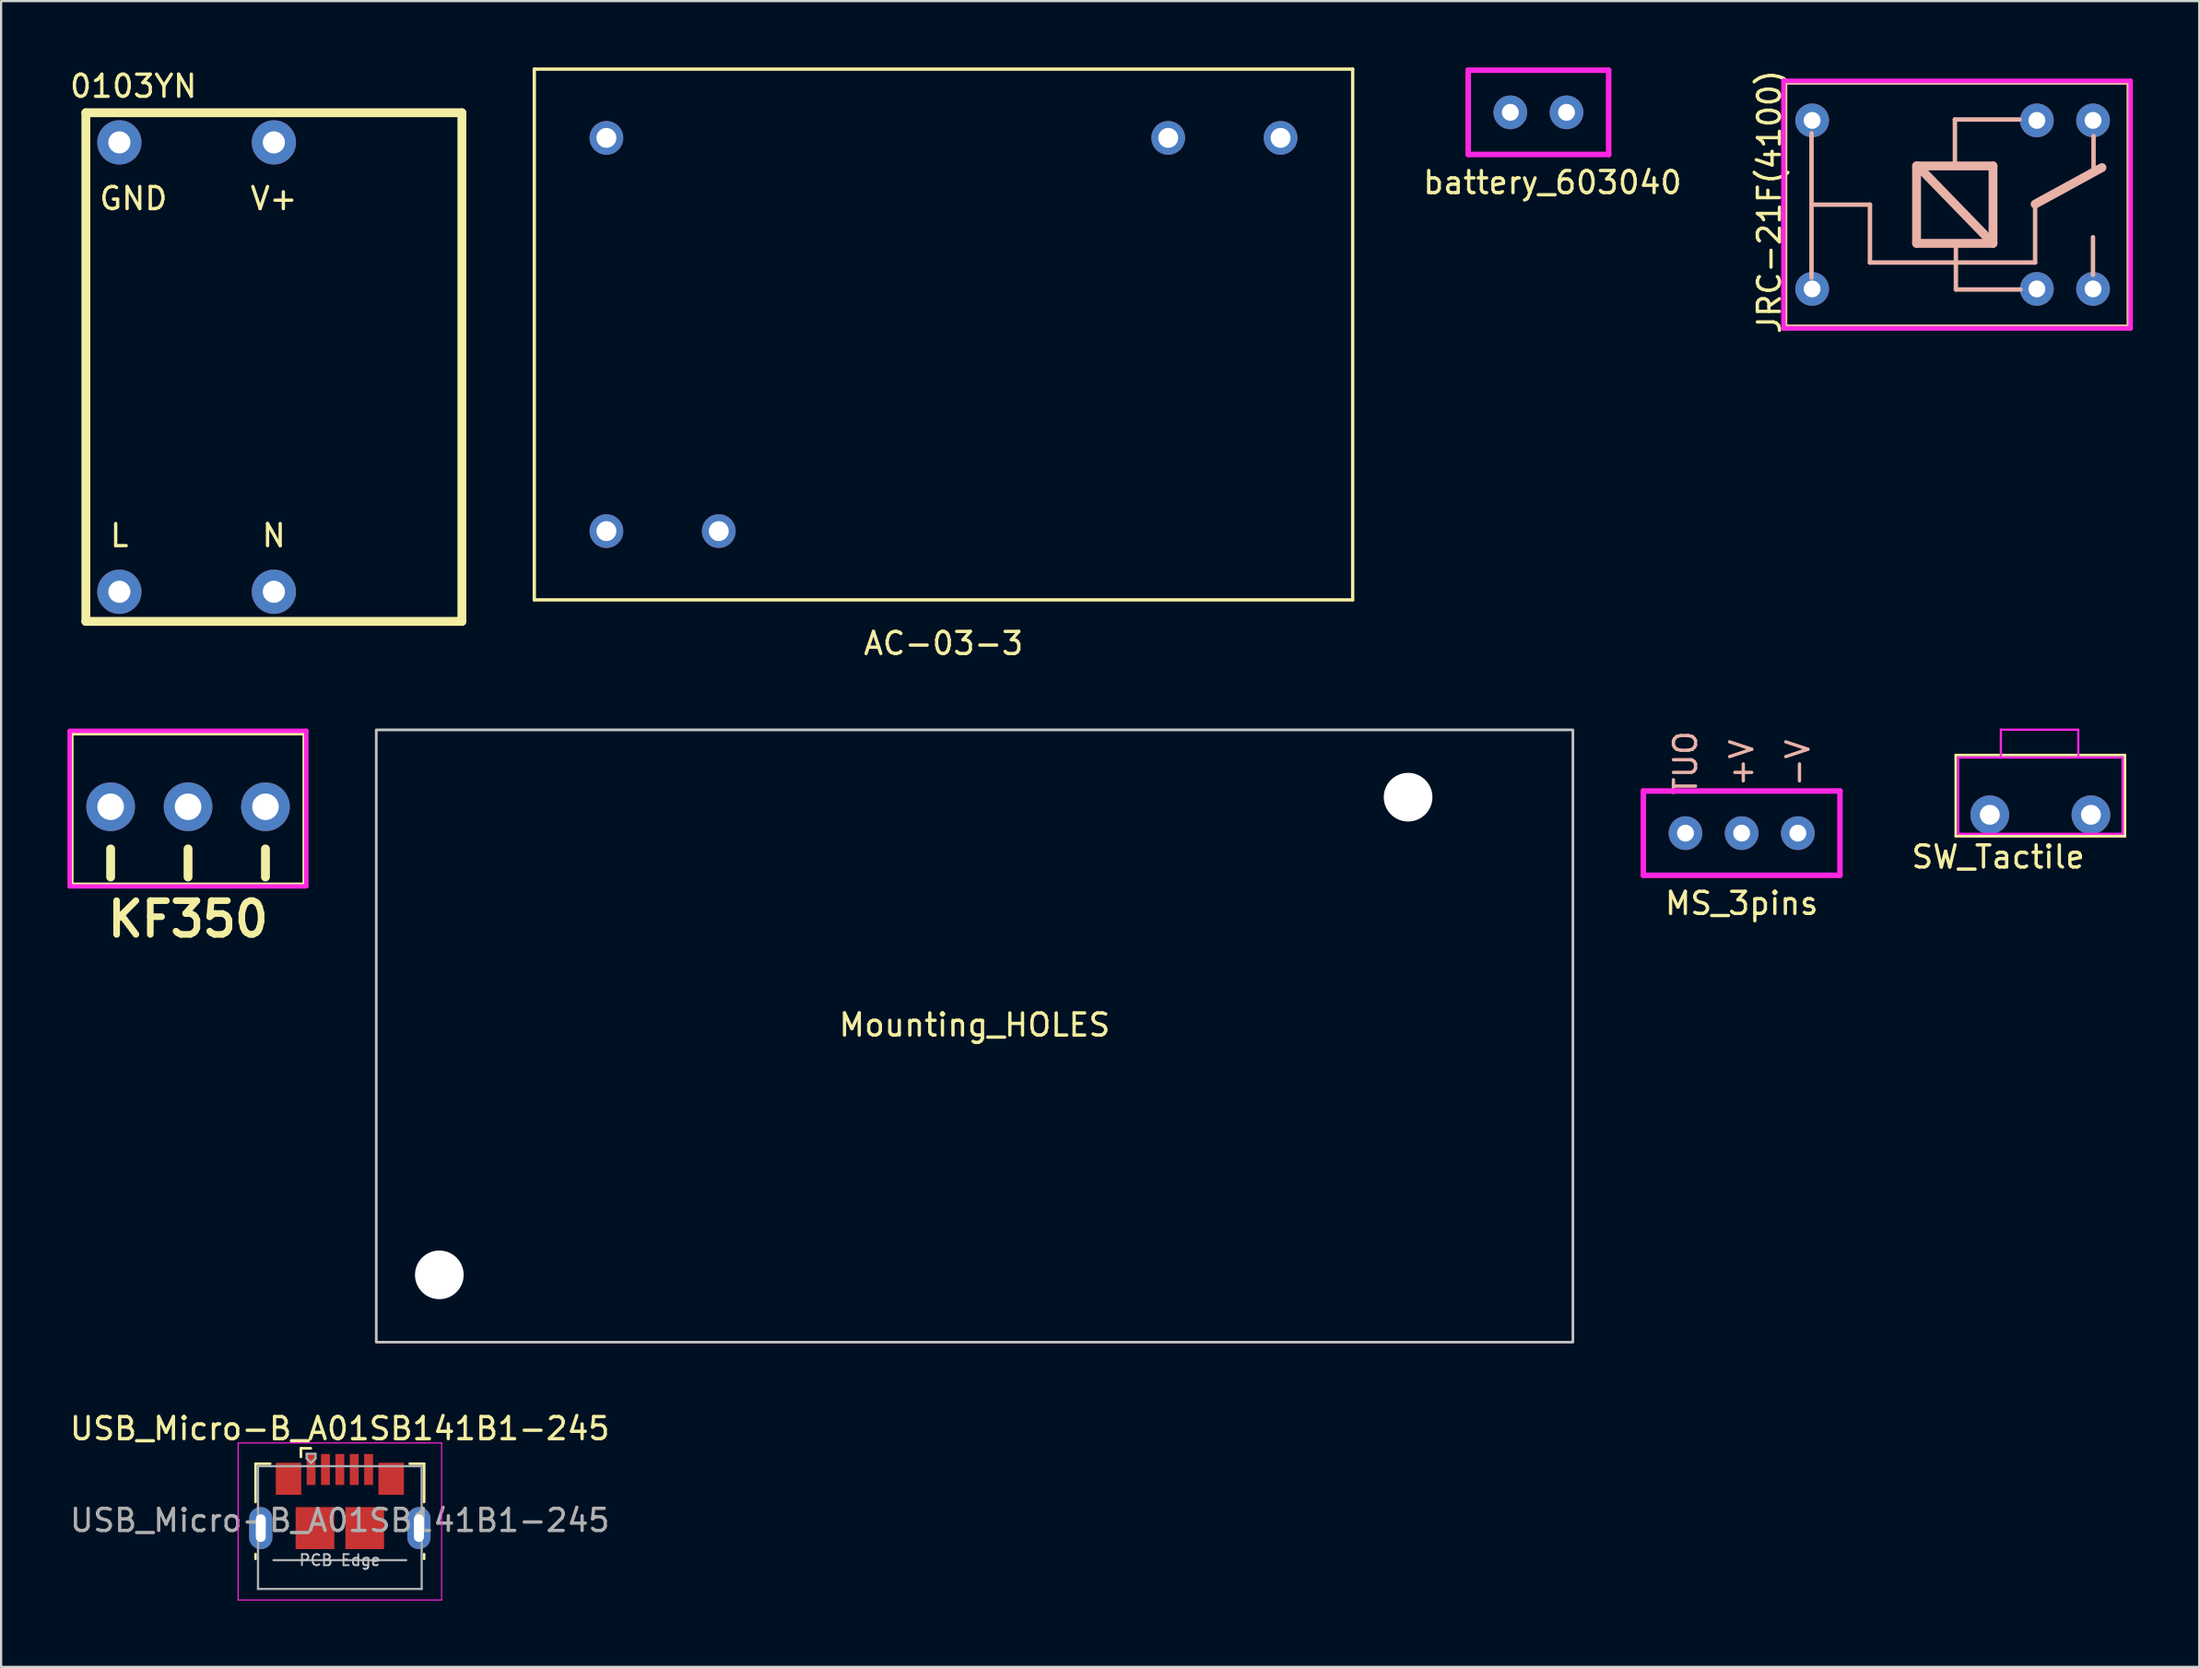
<source format=kicad_pcb>
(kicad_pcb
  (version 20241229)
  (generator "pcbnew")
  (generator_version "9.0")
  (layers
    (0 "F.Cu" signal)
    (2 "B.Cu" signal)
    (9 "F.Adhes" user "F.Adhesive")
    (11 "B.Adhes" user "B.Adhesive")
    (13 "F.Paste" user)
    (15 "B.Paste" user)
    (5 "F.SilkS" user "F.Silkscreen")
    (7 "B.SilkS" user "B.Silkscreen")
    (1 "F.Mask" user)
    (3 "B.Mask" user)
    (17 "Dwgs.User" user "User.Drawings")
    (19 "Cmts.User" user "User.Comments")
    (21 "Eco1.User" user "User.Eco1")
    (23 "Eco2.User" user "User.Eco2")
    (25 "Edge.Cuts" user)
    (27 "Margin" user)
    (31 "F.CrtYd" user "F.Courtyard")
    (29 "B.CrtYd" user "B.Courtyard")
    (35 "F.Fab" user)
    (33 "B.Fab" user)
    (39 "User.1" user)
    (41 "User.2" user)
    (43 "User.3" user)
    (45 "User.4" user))
  (footprint "SW_Tactile"
    (layer "F.Cu")
    (at 89.199 32.904)
    (property "Reference" "SW_Tactile" (at -1.905 2.794 0) (layer "F.SilkS") (effects (font (size 1 1) (thickness 0.15))))
    (attr through_hole)
    (fp_line (start -3.824 -1.811) (end -3.824 1.859) (stroke (width 0.12) (type solid)) (layer "F.SilkS"))
    (fp_line (start -3.824 -1.811) (end 3.824 -1.811) (stroke (width 0.12) (type solid)) (layer "F.SilkS"))
    (fp_line (start -3.824 1.859) (end 3.824 1.859) (stroke (width 0.12) (type solid)) (layer "F.SilkS"))
    (fp_line (start 3.824 -1.811) (end 3.824 1.859) (stroke (width 0.12) (type solid)) (layer "F.SilkS"))
    (fp_line (start -3.714 -1.701) (end 3.714 -1.701) (stroke (width 0.1) (type solid)) (layer "F.CrtYd"))
    (fp_line (start -3.714 1.749) (end -3.714 -1.701) (stroke (width 0.1) (type solid)) (layer "F.CrtYd"))
    (fp_line (start -3.714 1.749) (end 3.714 1.749) (stroke (width 0.1) (type solid)) (layer "F.CrtYd"))
    (fp_line (start -1.786 -2.961) (end -1.786 -1.701) (stroke (width 0.1) (type solid)) (layer "F.CrtYd"))
    (fp_line (start -1.786 -2.961) (end 1.714 -2.961) (stroke (width 0.1) (type solid)) (layer "F.CrtYd"))
    (fp_line (start 1.714 -2.961) (end 1.714 -1.701) (stroke (width 0.1) (type solid)) (layer "F.CrtYd"))
    (fp_line (start 3.714 1.749) (end 3.714 -1.701) (stroke (width 0.1) (type solid)) (layer "F.CrtYd"))
    (pad "1" thru_hole circle (at -2.286 0.889) (size 1.75 1.75) (drill 0.9) (layers "*.Cu" "*.Mask"))
    (pad "2" thru_hole circle (at 2.286 0.889) (size 1.75 1.75) (drill 0.9) (layers "*.Cu" "*.Mask")))
  (footprint "USB_Micro-B_A01SB141B1-245"
    (layer "F.Cu")
    (at 12.315 64.847)
    (property "Reference" "USB_Micro-B_A01SB141B1-245" (at 0 -3.3 0) (layer "F.SilkS") (effects (font (size 1 1) (thickness 0.15))))
    (attr smd)
    (fp_line (start -3.81 -1.71) (end -3.15 -1.71) (stroke (width 0.12) (type solid)) (layer "F.SilkS"))
    (fp_line (start -3.81 0.02) (end -3.81 -1.71) (stroke (width 0.12) (type solid)) (layer "F.SilkS"))
    (fp_line (start -3.81 2.59) (end -3.81 2.38) (stroke (width 0.12) (type solid)) (layer "F.SilkS"))
    (fp_line (start -1.76 -2.41) (end -1.76 -2.02) (stroke (width 0.12) (type solid)) (layer "F.SilkS"))
    (fp_line (start -1.76 -2.41) (end -1.31 -2.41) (stroke (width 0.12) (type solid)) (layer "F.SilkS"))
    (fp_line (start 3.81 -1.71) (end 3.16 -1.71) (stroke (width 0.12) (type solid)) (layer "F.SilkS"))
    (fp_line (start 3.81 0.02) (end 3.81 -1.71) (stroke (width 0.12) (type solid)) (layer "F.SilkS"))
    (fp_line (start 3.81 2.59) (end 3.81 2.38) (stroke (width 0.12) (type solid)) (layer "F.SilkS"))
    (fp_line (start -4.6 -2.65) (end 4.6 -2.65) (stroke (width 0.05) (type solid)) (layer "F.CrtYd"))
    (fp_line (start -4.6 4.45) (end -4.6 -2.65) (stroke (width 0.05) (type solid)) (layer "F.CrtYd"))
    (fp_line (start -4.6 4.45) (end 4.6 4.45) (stroke (width 0.05) (type solid)) (layer "F.CrtYd"))
    (fp_line (start 4.6 -2.65) (end 4.6 4.45) (stroke (width 0.05) (type solid)) (layer "F.CrtYd"))
    (fp_line (start -3.7 -1.6) (end 3.7 -1.6) (stroke (width 0.1) (type solid)) (layer "F.Fab"))
    (fp_line (start -3.7 3.95) (end -3.7 -1.6) (stroke (width 0.1) (type solid)) (layer "F.Fab"))
    (fp_line (start -3.7 3.95) (end 3.7 3.95) (stroke (width 0.1) (type solid)) (layer "F.Fab"))
    (fp_line (start -3 2.65) (end 3 2.65) (stroke (width 0.1) (type solid)) (layer "F.Fab"))
    (fp_line (start -1.5 -2.16) (end -1.5 -1.95) (stroke (width 0.1) (type solid)) (layer "F.Fab"))
    (fp_line (start -1.5 -2.16) (end -1.1 -2.16) (stroke (width 0.1) (type solid)) (layer "F.Fab"))
    (fp_line (start -1.3 -1.75) (end -1.5 -1.95) (stroke (width 0.1) (type solid)) (layer "F.Fab"))
    (fp_line (start -1.1 -2.16) (end -1.1 -1.95) (stroke (width 0.1) (type solid)) (layer "F.Fab"))
    (fp_line (start -1.1 -1.95) (end -1.3 -1.75) (stroke (width 0.1) (type solid)) (layer "F.Fab"))
    (fp_line (start 3.7 3.95) (end 3.7 -1.6) (stroke (width 0.1) (type solid)) (layer "F.Fab"))
    (fp_text user "PCB Edge" (at 0 2.65 0) (layer "Dwgs.User") (effects (font (size 0.5 0.5) (thickness 0.08))))
    (fp_text user "${REFERENCE}" (at 0 0.85 0) (layer "F.Fab") (effects (font (size 1 1) (thickness 0.15))))
    (pad "1" smd rect (at -1.3 -1.45) (size 0.4 1.4) (layers "F.Cu" "F.Mask" "F.Paste"))
    (pad "2" smd rect (at -0.65 -1.45) (size 0.4 1.4) (layers "F.Cu" "F.Mask" "F.Paste"))
    (pad "3" smd rect (at 0 -1.45) (size 0.4 1.4) (layers "F.Cu" "F.Mask" "F.Paste"))
    (pad "4" smd rect (at 0.65 -1.45) (size 0.4 1.4) (layers "F.Cu" "F.Mask" "F.Paste"))
    (pad "5" smd rect (at 1.3 -1.45) (size 0.4 1.4) (layers "F.Cu" "F.Mask" "F.Paste"))
    (pad "6" thru_hole oval (at -3.575 1.2 180) (size 1.05 1.9) (drill oval 0.45 1.25) (layers "*.Cu" "*.Mask"))
    (pad "6" smd rect (at -2.32 -1.03) (size 1.15 1.45) (layers "F.Cu" "F.Mask" "F.Paste"))
    (pad "6" smd rect (at -1.125 1.2) (size 1.75 1.9) (layers "F.Cu" "F.Mask" "F.Paste"))
    (pad "6" smd rect (at 1.125 1.2) (size 1.75 1.9) (layers "F.Cu" "F.Mask" "F.Paste"))
    (pad "6" smd rect (at 2.32 -1.03) (size 1.15 1.45) (layers "F.Cu" "F.Mask" "F.Paste"))
    (pad "6" thru_hole oval (at 3.575 1.2) (size 1.05 1.9) (drill oval 0.45 1.25) (layers "*.Cu" "*.Mask")))
  (footprint "Mounting_HOLES"
    (layer "F.Cu")
    (at 41.013 43.796)
    (property "Reference" "Mounting_HOLES" (at 0 -0.5 0) (unlocked yes) (layer "F.SilkS") (effects (font (size 1 1) (thickness 0.15))))
    (attr through_hole)
    (fp_rect (start -27.051 -13.843) (end 27.051 13.843) (stroke (width 0.12) (type solid)) (fill no) (layer "Dwgs.User"))
    (pad "" np_thru_hole circle (at -24.2 10.8) (size 2.2 2.2) (drill 2.2) (layers "*.Cu" "*.Mask"))
    (pad "" np_thru_hole circle (at 19.6 -10.8) (size 2.2 2.2) (drill 2.2) (layers "*.Cu" "*.Mask")))
  (footprint "KF350"
    (layer "F.Cu")
    (at 5.452 33.43)
    (property "Reference" "KF350" (at 0 5.08 0) (layer "F.SilkS") (effects (font (size 1.524 1.524) (thickness 0.3))))
    (attr through_hole)
    (fp_line (start -5.25 3.5) (end -5.25 -3.3) (stroke (width 0.15) (type solid)) (layer "F.SilkS"))
    (fp_line (start -3.5 1.905) (end -3.5 3.175) (stroke (width 0.4) (type solid)) (layer "F.SilkS"))
    (fp_line (start 0 1.905) (end 0 3.175) (stroke (width 0.4) (type solid)) (layer "F.SilkS"))
    (fp_line (start 3.5 1.905) (end 3.5 3.175) (stroke (width 0.4) (type solid)) (layer "F.SilkS"))
    (fp_line (start 5.25 -3.3) (end -5.25 -3.3) (stroke (width 0.15) (type solid)) (layer "F.SilkS"))
    (fp_line (start 5.25 3.5) (end -5.25 3.5) (stroke (width 0.15) (type solid)) (layer "F.SilkS"))
    (fp_line (start 5.25 3.5) (end 5.25 -3.3) (stroke (width 0.15) (type solid)) (layer "F.SilkS"))
    (fp_line (start -5.35 -3.4) (end -5.35 3.6) (stroke (width 0.2) (type solid)) (layer "F.CrtYd"))
    (fp_line (start -5.35 3.6) (end 5.35 3.6) (stroke (width 0.2) (type solid)) (layer "F.CrtYd"))
    (fp_line (start 5.348 -3.436) (end -5.352 -3.436) (stroke (width 0.2) (type solid)) (layer "F.CrtYd"))
    (fp_line (start 5.348 3.564) (end 5.348 -3.436) (stroke (width 0.2) (type solid)) (layer "F.CrtYd"))
    (pad "1" thru_hole circle (at -3.5 0) (size 2.2 2.2) (drill 1.2) (layers "*.Cu" "*.Mask"))
    (pad "2" thru_hole circle (at 0 0) (size 2.2 2.2) (drill 1.2) (layers "*.Cu" "*.Mask"))
    (pad "3" thru_hole circle (at 3.5 0) (size 2.2 2.2) (drill 1.2) (layers "*.Cu" "*.Mask")))
  (footprint "AC-03-3"
    (layer "F.Cu")
    (at 39.607 12.075)
    (property "Reference" "AC-03-3" (at 0 13.97 0) (layer "F.SilkS") (effects (font (size 1 1) (thickness 0.15))))
    (attr through_hole)
    (fp_line (start -18.5 -12) (end 18.5 -12) (stroke (width 0.15) (type solid)) (layer "F.SilkS"))
    (fp_line (start -18.5 12) (end -18.5 -12) (stroke (width 0.15) (type solid)) (layer "F.SilkS"))
    (fp_line (start -18.5 12) (end 18.5 12) (stroke (width 0.15) (type solid)) (layer "F.SilkS"))
    (fp_line (start 18.5 12) (end 18.5 -12) (stroke (width 0.15) (type solid)) (layer "F.SilkS"))
    (pad "1" thru_hole circle (at 15.24 -8.89) (size 1.524 1.524) (drill 0.9) (layers "*.Cu" "*.Mask"))
    (pad "2" thru_hole circle (at 10.16 -8.89) (size 1.524 1.524) (drill 0.9) (layers "*.Cu" "*.Mask"))
    (pad "3" thru_hole circle (at -15.24 -8.89) (size 1.524 1.524) (drill 0.9) (layers "*.Cu" "*.Mask"))
    (pad "4" thru_hole circle (at -15.24 8.89) (size 1.524 1.524) (drill 0.9) (layers "*.Cu" "*.Mask"))
    (pad "5" thru_hole circle (at -10.16 8.89) (size 1.524 1.524) (drill 0.9) (layers "*.Cu" "*.Mask")))
  (footprint "0103YN"
    (layer "F.Cu")
    (at 9.332 13.548)
    (property "Reference" "0103YN" (at -6.35 -12.7 0) (layer "F.SilkS") (effects (font (size 1 1) (thickness 0.15))))
    (attr through_hole)
    (fp_line (start -8.5 -11.5) (end -8.5 11.5) (stroke (width 0.4) (type solid)) (layer "F.SilkS"))
    (fp_line (start -8.5 11.5) (end 8.5 11.5) (stroke (width 0.4) (type solid)) (layer "F.SilkS"))
    (fp_line (start 8.5 -11.5) (end -8.5 -11.5) (stroke (width 0.4) (type solid)) (layer "F.SilkS"))
    (fp_line (start 8.5 11.5) (end 8.5 -11.5) (stroke (width 0.4) (type solid)) (layer "F.SilkS"))
    (fp_text user "GND" (at -6.35 -7.62 0) (layer "F.SilkS") (effects (font (size 1 1) (thickness 0.15))))
    (fp_text user "L" (at -6.985 7.62 0) (layer "F.SilkS") (effects (font (size 1 1) (thickness 0.15))))
    (fp_text user "N" (at 0 7.62 0) (layer "F.SilkS") (effects (font (size 1 1) (thickness 0.15))))
    (fp_text user "V+" (at 0 -7.62 0) (layer "F.SilkS") (effects (font (size 1 1) (thickness 0.15))))
    (pad "1" thru_hole circle (at -6.985 10.16) (size 2 2) (drill 1) (layers "*.Cu" "*.Mask"))
    (pad "2" thru_hole circle (at 0 10.16) (size 2 2) (drill 1) (layers "*.Cu" "*.Mask"))
    (pad "3" thru_hole circle (at 0 -10.16) (size 2 2) (drill 1) (layers "*.Cu" "*.Mask"))
    (pad "4" thru_hole circle (at -6.985 -10.16) (size 2 2) (drill 1) (layers "*.Cu" "*.Mask")))
  (footprint "battery_603040"
    (layer "F.Cu")
    (at 66.505 2.03)
    (property "Reference" "battery_603040" (at 0.635 3.175 0) (layer "F.SilkS") (effects (font (size 1 1) (thickness 0.15))))
    (attr through_hole)
    (fp_line (start -3.175 -1.905) (end 3.175 -1.905) (stroke (width 0.25) (type solid)) (layer "F.CrtYd"))
    (fp_line (start -3.175 1.905) (end -3.175 -1.905) (stroke (width 0.25) (type solid)) (layer "F.CrtYd"))
    (fp_line (start 3.175 -1.905) (end 3.175 1.905) (stroke (width 0.25) (type solid)) (layer "F.CrtYd"))
    (fp_line (start 3.175 1.905) (end -3.175 1.905) (stroke (width 0.25) (type solid)) (layer "F.CrtYd"))
    (pad "1" thru_hole circle (at 1.27 0) (size 1.524 1.524) (drill 0.762) (layers "*.Cu" "*.Mask"))
    (pad "2" thru_hole circle (at -1.27 0) (size 1.524 1.524) (drill 0.762) (layers "*.Cu" "*.Mask")))
  (footprint "JRC-21F(4100)"
    (layer "F.Cu")
    (at 85.431 6.204)
    (property "Reference" "JRC-21F(4100)" (at -8.484 -0.127 90) (layer "F.SilkS") (effects (font (size 1 1) (thickness 0.15))))
    (attr through_hole)
    (fp_line (start -7.75 -5.5) (end -7.75 5.5) (stroke (width 0.15) (type solid)) (layer "F.SilkS"))
    (fp_line (start 7.75 -5.5) (end -7.75 -5.5) (stroke (width 0.15) (type solid)) (layer "F.SilkS"))
    (fp_line (start 7.75 -5.5) (end 7.75 5.5) (stroke (width 0.15) (type solid)) (layer "F.SilkS"))
    (fp_line (start 7.75 5.5) (end -7.75 5.5) (stroke (width 0.15) (type solid)) (layer "F.SilkS"))
    (fp_line (start -7.775 -5.5) (end -7.775 5.5) (stroke (width 0.15) (type solid)) (layer "B.SilkS"))
    (fp_line (start -6.579 -3.226) (end -6.579 3.302) (stroke (width 0.2) (type solid)) (layer "B.SilkS"))
    (fp_line (start -6.553 0) (end -3.937 0) (stroke (width 0.2) (type solid)) (layer "B.SilkS"))
    (fp_line (start -3.937 0) (end -3.937 2.616) (stroke (width 0.2) (type solid)) (layer "B.SilkS"))
    (fp_line (start -3.937 2.616) (end 3.531 2.616) (stroke (width 0.2) (type solid)) (layer "B.SilkS"))
    (fp_line (start -1.829 -1.75) (end -1.829 1.75) (stroke (width 0.4) (type solid)) (layer "B.SilkS"))
    (fp_line (start -1.829 1.75) (end 1.626 1.75) (stroke (width 0.4) (type solid)) (layer "B.SilkS"))
    (fp_line (start -1.778 -1.75) (end 1.575 1.702) (stroke (width 0.4) (type solid)) (layer "B.SilkS"))
    (fp_line (start -0.096 -3.851) (end -0.096 -1.819) (stroke (width 0.2) (type solid)) (layer "B.SilkS"))
    (fp_line (start -0.051 3.835) (end -0.051 1.803) (stroke (width 0.2) (type solid)) (layer "B.SilkS"))
    (fp_line (start 1.627 -1.75) (end -1.827 -1.75) (stroke (width 0.4) (type solid)) (layer "B.SilkS"))
    (fp_line (start 1.627 1.75) (end 1.627 -1.75) (stroke (width 0.4) (type solid)) (layer "B.SilkS"))
    (fp_line (start 2.825 -3.851) (end -0.096 -3.851) (stroke (width 0.2) (type solid)) (layer "B.SilkS"))
    (fp_line (start 2.87 3.835) (end -0.051 3.835) (stroke (width 0.2) (type solid)) (layer "B.SilkS"))
    (fp_line (start 3.531 -0.025) (end 6.553 -1.676) (stroke (width 0.4) (type solid)) (layer "B.SilkS"))
    (fp_line (start 3.531 2.616) (end 3.531 0) (stroke (width 0.2) (type solid)) (layer "B.SilkS"))
    (fp_line (start 6.147 3.175) (end 6.147 1.473) (stroke (width 0.2) (type solid)) (layer "B.SilkS"))
    (fp_line (start 6.172 -3.099) (end 6.172 -1.651) (stroke (width 0.2) (type solid)) (layer "B.SilkS"))
    (fp_line (start 7.725 -5.5) (end -7.775 -5.5) (stroke (width 0.15) (type solid)) (layer "B.SilkS"))
    (fp_line (start 7.75 -5.5) (end 7.75 5.5) (stroke (width 0.15) (type solid)) (layer "B.SilkS"))
    (fp_line (start 7.75 5.5) (end -7.75 5.5) (stroke (width 0.15) (type solid)) (layer "B.SilkS"))
    (fp_line (start -7.85 -5.6) (end 7.85 -5.6) (stroke (width 0.2) (type solid)) (layer "F.CrtYd"))
    (fp_line (start -7.85 5.6) (end -7.85 -5.6) (stroke (width 0.2) (type solid)) (layer "F.CrtYd"))
    (fp_line (start -7.85 5.6) (end 7.85 5.6) (stroke (width 0.2) (type solid)) (layer "F.CrtYd"))
    (fp_line (start 7.85 5.6) (end 7.85 -5.6) (stroke (width 0.2) (type solid)) (layer "F.CrtYd"))
    (pad "1" thru_hole circle (at -6.55 -3.81) (size 1.524 1.524) (drill 0.762) (layers "*.Cu" "*.Mask"))
    (pad "1" thru_hole circle (at -6.55 3.81) (size 1.524 1.524) (drill 0.762) (layers "*.Cu" "*.Mask"))
    (pad "2" thru_hole circle (at 3.61 3.81) (size 1.524 1.524) (drill 0.762) (layers "*.Cu" "*.Mask"))
    (pad "3" thru_hole circle (at 6.15 3.81) (size 1.524 1.524) (drill 0.762) (layers "*.Cu" "*.Mask"))
    (pad "4" thru_hole circle (at 6.15 -3.81) (size 1.524 1.524) (drill 0.762) (layers "*.Cu" "*.Mask"))
    (pad "5" thru_hole circle (at 3.61 -3.81) (size 1.524 1.524) (drill 0.762) (layers "*.Cu" "*.Mask")))
  (footprint "MS_3pins"
    (layer "F.Cu")
    (at 75.694 34.622)
    (property "Reference" "MS_3pins" (at 0 3.175 0) (layer "F.SilkS") (effects (font (size 1 1) (thickness 0.15))))
    (attr through_hole)
    (fp_line (start -4.445 -1.905) (end 4.445 -1.905) (stroke (width 0.25) (type solid)) (layer "F.CrtYd"))
    (fp_line (start -4.445 1.905) (end -4.445 -1.905) (stroke (width 0.25) (type solid)) (layer "F.CrtYd"))
    (fp_line (start 4.445 -1.905) (end 4.445 1.905) (stroke (width 0.25) (type solid)) (layer "F.CrtYd"))
    (fp_line (start 4.445 1.905) (end -4.445 1.905) (stroke (width 0.25) (type solid)) (layer "F.CrtYd"))
    (fp_text user "OUT" (at -2.54 -3.175 90) (layer "B.SilkS") (effects (font (size 1 1) (thickness 0.15)) (justify mirror)))
    (fp_text user "V-" (at 2.54 -3.175 90) (layer "B.SilkS") (effects (font (size 1 1) (thickness 0.15)) (justify mirror)))
    (fp_text user "V+" (at 0 -3.175 90) (layer "B.SilkS") (effects (font (size 1 1) (thickness 0.15)) (justify mirror)))
    (pad "1" thru_hole circle (at 2.54 0) (size 1.524 1.524) (drill 0.762) (layers "*.Cu" "*.Mask"))
    (pad "2" thru_hole circle (at 0 0) (size 1.524 1.524) (drill 0.762) (layers "*.Cu" "*.Mask"))
    (pad "3" thru_hole circle (at -2.54 0) (size 1.524 1.524) (drill 0.762) (layers "*.Cu" "*.Mask")))
  (gr_rect
    (start -3 -3)
    (end 96.381 72.323)
    (stroke (width 0.1) (type default))
    (fill no)
    (layer "Edge.Cuts")))
</source>
